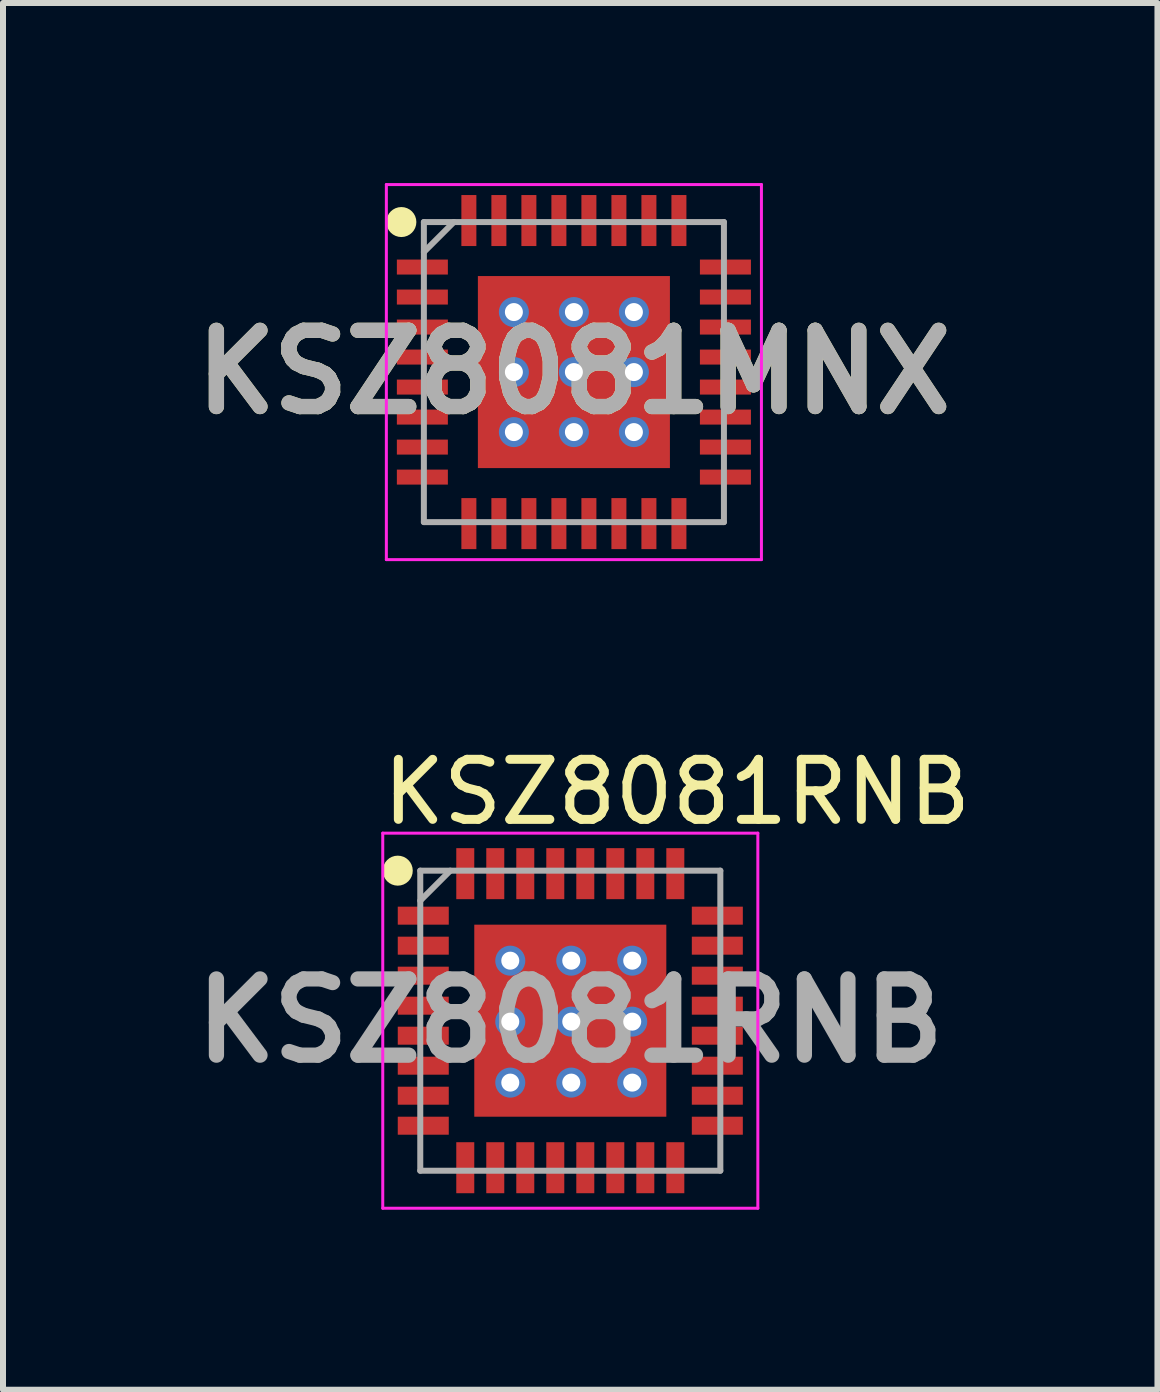
<source format=kicad_pcb>
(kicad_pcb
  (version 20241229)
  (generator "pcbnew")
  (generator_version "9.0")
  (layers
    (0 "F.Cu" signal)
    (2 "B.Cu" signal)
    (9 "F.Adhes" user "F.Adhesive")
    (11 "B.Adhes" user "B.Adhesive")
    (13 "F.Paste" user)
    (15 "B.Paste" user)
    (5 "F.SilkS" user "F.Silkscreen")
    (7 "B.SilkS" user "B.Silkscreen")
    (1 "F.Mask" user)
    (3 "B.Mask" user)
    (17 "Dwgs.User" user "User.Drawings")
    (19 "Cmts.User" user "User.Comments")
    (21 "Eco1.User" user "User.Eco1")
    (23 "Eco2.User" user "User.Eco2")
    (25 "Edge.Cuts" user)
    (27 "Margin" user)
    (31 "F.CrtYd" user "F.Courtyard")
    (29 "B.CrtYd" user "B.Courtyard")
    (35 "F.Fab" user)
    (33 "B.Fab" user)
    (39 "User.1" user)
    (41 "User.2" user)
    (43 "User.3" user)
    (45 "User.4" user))
  (footprint "KSZ8081RNB"
    (layer "F.Cu")
    (at 6.453 13.958)
    (property "Reference" "KSZ8081RNB" (at 1.778 -3.81 0) (layer "F.SilkS") (effects (font (size 1 1) (thickness 0.15))))
    (attr smd)
    (fp_circle (center -2.875 -2.5) (end -2.875 -2.375) (stroke (width 0.25) (type solid)) (fill no) (layer "F.SilkS"))
    (fp_line (start -3.125 -3.125) (end 3.125 -3.125) (stroke (width 0.05) (type solid)) (layer "F.CrtYd"))
    (fp_line (start -3.125 3.125) (end -3.125 -3.125) (stroke (width 0.05) (type solid)) (layer "F.CrtYd"))
    (fp_line (start 3.125 -3.125) (end 3.125 3.125) (stroke (width 0.05) (type solid)) (layer "F.CrtYd"))
    (fp_line (start 3.125 3.125) (end -3.125 3.125) (stroke (width 0.05) (type solid)) (layer "F.CrtYd"))
    (fp_line (start -2.5 -2.5) (end 2.5 -2.5) (stroke (width 0.1) (type solid)) (layer "F.Fab"))
    (fp_line (start -2.5 -2) (end -2 -2.5) (stroke (width 0.1) (type solid)) (layer "F.Fab"))
    (fp_line (start -2.5 2.5) (end -2.5 -2.5) (stroke (width 0.1) (type solid)) (layer "F.Fab"))
    (fp_line (start 2.5 -2.5) (end 2.5 2.5) (stroke (width 0.1) (type solid)) (layer "F.Fab"))
    (fp_line (start 2.5 2.5) (end -2.5 2.5) (stroke (width 0.1) (type solid)) (layer "F.Fab"))
    (fp_text user "${REFERENCE}" (at 0 0 0) (layer "F.Fab") (effects (font (size 1.27 1.27) (thickness 0.254))))
    (pad "1" smd rect (at -2.45 -1.75 90) (size 0.3 0.85) (layers "F.Cu" "F.Mask" "F.Paste"))
    (pad "2" smd rect (at -2.45 -1.25 90) (size 0.3 0.85) (layers "F.Cu" "F.Mask" "F.Paste"))
    (pad "3" smd rect (at -2.45 -0.75 90) (size 0.3 0.85) (layers "F.Cu" "F.Mask" "F.Paste"))
    (pad "4" smd rect (at -2.45 -0.25 90) (size 0.3 0.85) (layers "F.Cu" "F.Mask" "F.Paste"))
    (pad "5" smd rect (at -2.45 0.25 90) (size 0.3 0.85) (layers "F.Cu" "F.Mask" "F.Paste"))
    (pad "6" smd rect (at -2.45 0.75 90) (size 0.3 0.85) (layers "F.Cu" "F.Mask" "F.Paste"))
    (pad "7" smd rect (at -2.45 1.25 90) (size 0.3 0.85) (layers "F.Cu" "F.Mask" "F.Paste"))
    (pad "8" smd rect (at -2.45 1.75 90) (size 0.3 0.85) (layers "F.Cu" "F.Mask" "F.Paste"))
    (pad "9" smd rect (at -1.75 2.45) (size 0.3 0.85) (layers "F.Cu" "F.Mask" "F.Paste"))
    (pad "10" smd rect (at -1.25 2.45) (size 0.3 0.85) (layers "F.Cu" "F.Mask" "F.Paste"))
    (pad "11" smd rect (at -0.75 2.45) (size 0.3 0.85) (layers "F.Cu" "F.Mask" "F.Paste"))
    (pad "12" smd rect (at -0.25 2.45) (size 0.3 0.85) (layers "F.Cu" "F.Mask" "F.Paste"))
    (pad "13" smd rect (at 0.25 2.45) (size 0.3 0.85) (layers "F.Cu" "F.Mask" "F.Paste"))
    (pad "14" smd rect (at 0.75 2.45) (size 0.3 0.85) (layers "F.Cu" "F.Mask" "F.Paste"))
    (pad "15" smd rect (at 1.25 2.45) (size 0.3 0.85) (layers "F.Cu" "F.Mask" "F.Paste"))
    (pad "16" smd rect (at 1.75 2.45) (size 0.3 0.85) (layers "F.Cu" "F.Mask" "F.Paste"))
    (pad "17" smd rect (at 2.45 1.75 90) (size 0.3 0.85) (layers "F.Cu" "F.Mask" "F.Paste"))
    (pad "18" smd rect (at 2.45 1.25 90) (size 0.3 0.85) (layers "F.Cu" "F.Mask" "F.Paste"))
    (pad "19" smd rect (at 2.45 0.75 90) (size 0.3 0.85) (layers "F.Cu" "F.Mask" "F.Paste"))
    (pad "20" smd rect (at 2.45 0.25 90) (size 0.3 0.85) (layers "F.Cu" "F.Mask" "F.Paste"))
    (pad "21" smd rect (at 2.45 -0.25 90) (size 0.3 0.85) (layers "F.Cu" "F.Mask" "F.Paste"))
    (pad "22" smd rect (at 2.45 -0.75 90) (size 0.3 0.85) (layers "F.Cu" "F.Mask" "F.Paste"))
    (pad "23" smd rect (at 2.45 -1.25 90) (size 0.3 0.85) (layers "F.Cu" "F.Mask" "F.Paste"))
    (pad "24" smd rect (at 2.45 -1.75 90) (size 0.3 0.85) (layers "F.Cu" "F.Mask" "F.Paste"))
    (pad "25" smd rect (at 1.75 -2.45) (size 0.3 0.85) (layers "F.Cu" "F.Mask" "F.Paste"))
    (pad "26" smd rect (at 1.25 -2.45) (size 0.3 0.85) (layers "F.Cu" "F.Mask" "F.Paste"))
    (pad "27" smd rect (at 0.75 -2.45) (size 0.3 0.85) (layers "F.Cu" "F.Mask" "F.Paste"))
    (pad "28" smd rect (at 0.25 -2.45) (size 0.3 0.85) (layers "F.Cu" "F.Mask" "F.Paste"))
    (pad "29" smd rect (at -0.25 -2.45) (size 0.3 0.85) (layers "F.Cu" "F.Mask" "F.Paste"))
    (pad "30" smd rect (at -0.75 -2.45) (size 0.3 0.85) (layers "F.Cu" "F.Mask" "F.Paste"))
    (pad "31" smd rect (at -1.25 -2.45) (size 0.3 0.85) (layers "F.Cu" "F.Mask" "F.Paste"))
    (pad "32" smd rect (at -1.75 -2.45) (size 0.3 0.85) (layers "F.Cu" "F.Mask" "F.Paste"))
    (pad "33" thru_hole circle (at -1 -1 90) (size 0.5 0.5) (drill 0.3) (layers "*.Cu" "*.Mask"))
    (pad "33" thru_hole circle (at -1 0.016 90) (size 0.5 0.5) (drill 0.3) (layers "*.Cu" "*.Mask"))
    (pad "33" thru_hole circle (at -1 1.032 90) (size 0.5 0.5) (drill 0.3) (layers "*.Cu" "*.Mask"))
    (pad "33" smd rect (at 0 0) (size 3.2 3.2) (layers "F.Cu" "F.Mask" "F.Paste"))
    (pad "33" thru_hole circle (at 0.016 -1 90) (size 0.5 0.5) (drill 0.3) (layers "*.Cu" "*.Mask"))
    (pad "33" thru_hole circle (at 0.016 0.016 90) (size 0.5 0.5) (drill 0.3) (layers "*.Cu" "*.Mask"))
    (pad "33" thru_hole circle (at 0.016 1.032 90) (size 0.5 0.5) (drill 0.3) (layers "*.Cu" "*.Mask"))
    (pad "33" thru_hole circle (at 1.032 -1 90) (size 0.5 0.5) (drill 0.3) (layers "*.Cu" "*.Mask"))
    (pad "33" thru_hole circle (at 1.032 0.016 90) (size 0.5 0.5) (drill 0.3) (layers "*.Cu" "*.Mask"))
    (pad "33" thru_hole circle (at 1.032 1.032 90) (size 0.5 0.5) (drill 0.3) (layers "*.Cu" "*.Mask")))
  (footprint "KSZ8081MNX"
    (layer "F.Cu")
    (at 6.513 3.15)
    (property "Reference" "KSZ8081MNX" (at 0 0 0) (layer "F.SilkS") (effects (font (size 1.27 1.27) (thickness 0.254))))
    (attr smd)
    (fp_circle (center -2.875 -2.5) (end -2.875 -2.375) (stroke (width 0.25) (type solid)) (fill no) (layer "F.SilkS"))
    (fp_poly (pts (xy -0.625 -0.625) (xy -1.475 -0.625) (xy -1.475 -1.475) (xy -0.625 -1.475)) (stroke (width 0.1) (type solid)) (fill yes) (layer "F.Paste"))
    (fp_poly (pts (xy -0.625 0.425) (xy -1.475 0.425) (xy -1.475 -0.425) (xy -0.625 -0.425)) (stroke (width 0.1) (type solid)) (fill yes) (layer "F.Paste"))
    (fp_poly (pts (xy -0.625 1.475) (xy -1.475 1.475) (xy -1.475 0.625) (xy -0.625 0.625)) (stroke (width 0.1) (type solid)) (fill yes) (layer "F.Paste"))
    (fp_poly (pts (xy 0.425 -0.625) (xy -0.425 -0.625) (xy -0.425 -1.475) (xy 0.425 -1.475)) (stroke (width 0.1) (type solid)) (fill yes) (layer "F.Paste"))
    (fp_poly (pts (xy 0.425 0.425) (xy -0.425 0.425) (xy -0.425 -0.425) (xy 0.425 -0.425)) (stroke (width 0.1) (type solid)) (fill yes) (layer "F.Paste"))
    (fp_poly (pts (xy 0.425 1.475) (xy -0.425 1.475) (xy -0.425 0.625) (xy 0.425 0.625)) (stroke (width 0.1) (type solid)) (fill yes) (layer "F.Paste"))
    (fp_poly (pts (xy 1.475 -0.625) (xy 0.625 -0.625) (xy 0.625 -1.475) (xy 1.475 -1.475)) (stroke (width 0.1) (type solid)) (fill yes) (layer "F.Paste"))
    (fp_poly (pts (xy 1.475 0.425) (xy 0.625 0.425) (xy 0.625 -0.425) (xy 1.475 -0.425)) (stroke (width 0.1) (type solid)) (fill yes) (layer "F.Paste"))
    (fp_poly (pts (xy 1.475 1.475) (xy 0.625 1.475) (xy 0.625 0.625) (xy 1.475 0.625)) (stroke (width 0.1) (type solid)) (fill yes) (layer "F.Paste"))
    (fp_line (start -3.125 -3.125) (end 3.125 -3.125) (stroke (width 0.05) (type solid)) (layer "F.CrtYd"))
    (fp_line (start -3.125 3.125) (end -3.125 -3.125) (stroke (width 0.05) (type solid)) (layer "F.CrtYd"))
    (fp_line (start 3.125 -3.125) (end 3.125 3.125) (stroke (width 0.05) (type solid)) (layer "F.CrtYd"))
    (fp_line (start 3.125 3.125) (end -3.125 3.125) (stroke (width 0.05) (type solid)) (layer "F.CrtYd"))
    (fp_line (start -2.5 -2.5) (end 2.5 -2.5) (stroke (width 0.1) (type solid)) (layer "F.Fab"))
    (fp_line (start -2.5 -2) (end -2 -2.5) (stroke (width 0.1) (type solid)) (layer "F.Fab"))
    (fp_line (start -2.5 2.5) (end -2.5 -2.5) (stroke (width 0.1) (type solid)) (layer "F.Fab"))
    (fp_line (start 2.5 -2.5) (end 2.5 2.5) (stroke (width 0.1) (type solid)) (layer "F.Fab"))
    (fp_line (start 2.5 2.5) (end -2.5 2.5) (stroke (width 0.1) (type solid)) (layer "F.Fab"))
    (fp_text user "${REFERENCE}" (at 0 0 0) (layer "F.Fab") (effects (font (size 1.27 1.27) (thickness 0.254))))
    (pad "1" smd rect (at -2.525 -1.75 90) (size 0.25 0.85) (layers "F.Cu" "F.Mask" "F.Paste"))
    (pad "2" smd rect (at -2.525 -1.25 90) (size 0.25 0.85) (layers "F.Cu" "F.Mask" "F.Paste"))
    (pad "3" smd rect (at -2.525 -0.75 90) (size 0.25 0.85) (layers "F.Cu" "F.Mask" "F.Paste"))
    (pad "4" smd rect (at -2.525 -0.25 90) (size 0.25 0.85) (layers "F.Cu" "F.Mask" "F.Paste"))
    (pad "5" smd rect (at -2.525 0.25 90) (size 0.25 0.85) (layers "F.Cu" "F.Mask" "F.Paste"))
    (pad "6" smd rect (at -2.525 0.75 90) (size 0.25 0.85) (layers "F.Cu" "F.Mask" "F.Paste"))
    (pad "7" smd rect (at -2.525 1.25 90) (size 0.25 0.85) (layers "F.Cu" "F.Mask" "F.Paste"))
    (pad "8" smd rect (at -2.525 1.75 90) (size 0.25 0.85) (layers "F.Cu" "F.Mask" "F.Paste"))
    (pad "9" smd rect (at -1.75 2.525) (size 0.25 0.85) (layers "F.Cu" "F.Mask" "F.Paste"))
    (pad "10" smd rect (at -1.25 2.525) (size 0.25 0.85) (layers "F.Cu" "F.Mask" "F.Paste"))
    (pad "11" smd rect (at -0.75 2.525) (size 0.25 0.85) (layers "F.Cu" "F.Mask" "F.Paste"))
    (pad "12" smd rect (at -0.25 2.525) (size 0.25 0.85) (layers "F.Cu" "F.Mask" "F.Paste"))
    (pad "13" smd rect (at 0.25 2.525) (size 0.25 0.85) (layers "F.Cu" "F.Mask" "F.Paste"))
    (pad "14" smd rect (at 0.75 2.525) (size 0.25 0.85) (layers "F.Cu" "F.Mask" "F.Paste"))
    (pad "15" smd rect (at 1.25 2.525) (size 0.25 0.85) (layers "F.Cu" "F.Mask" "F.Paste"))
    (pad "16" smd rect (at 1.75 2.525) (size 0.25 0.85) (layers "F.Cu" "F.Mask" "F.Paste"))
    (pad "17" smd rect (at 2.525 1.75 90) (size 0.25 0.85) (layers "F.Cu" "F.Mask" "F.Paste"))
    (pad "18" smd rect (at 2.525 1.25 90) (size 0.25 0.85) (layers "F.Cu" "F.Mask" "F.Paste"))
    (pad "19" smd rect (at 2.525 0.75 90) (size 0.25 0.85) (layers "F.Cu" "F.Mask" "F.Paste"))
    (pad "20" smd rect (at 2.525 0.25 90) (size 0.25 0.85) (layers "F.Cu" "F.Mask" "F.Paste"))
    (pad "21" smd rect (at 2.525 -0.25 90) (size 0.25 0.85) (layers "F.Cu" "F.Mask" "F.Paste"))
    (pad "22" smd rect (at 2.525 -0.75 90) (size 0.25 0.85) (layers "F.Cu" "F.Mask" "F.Paste"))
    (pad "23" smd rect (at 2.525 -1.25 90) (size 0.25 0.85) (layers "F.Cu" "F.Mask" "F.Paste"))
    (pad "24" smd rect (at 2.525 -1.75 90) (size 0.25 0.85) (layers "F.Cu" "F.Mask" "F.Paste"))
    (pad "25" smd rect (at 1.75 -2.525) (size 0.25 0.85) (layers "F.Cu" "F.Mask" "F.Paste"))
    (pad "26" smd rect (at 1.25 -2.525) (size 0.25 0.85) (layers "F.Cu" "F.Mask" "F.Paste"))
    (pad "27" smd rect (at 0.75 -2.525) (size 0.25 0.85) (layers "F.Cu" "F.Mask" "F.Paste"))
    (pad "28" smd rect (at 0.25 -2.525) (size 0.25 0.85) (layers "F.Cu" "F.Mask" "F.Paste"))
    (pad "29" smd rect (at -0.25 -2.525) (size 0.25 0.85) (layers "F.Cu" "F.Mask" "F.Paste"))
    (pad "30" smd rect (at -0.75 -2.525) (size 0.25 0.85) (layers "F.Cu" "F.Mask" "F.Paste"))
    (pad "31" smd rect (at -1.25 -2.525) (size 0.25 0.85) (layers "F.Cu" "F.Mask" "F.Paste"))
    (pad "32" smd rect (at -1.75 -2.525) (size 0.25 0.85) (layers "F.Cu" "F.Mask" "F.Paste"))
    (pad "33" thru_hole circle (at -1 -1 90) (size 0.5 0.5) (drill 0.3) (layers "*.Cu" "*.Mask"))
    (pad "33" thru_hole circle (at -1 0 90) (size 0.5 0.5) (drill 0.3) (layers "*.Cu" "*.Mask"))
    (pad "33" thru_hole circle (at -1 1 90) (size 0.5 0.5) (drill 0.3) (layers "*.Cu" "*.Mask"))
    (pad "33" thru_hole circle (at 0 -1 90) (size 0.5 0.5) (drill 0.3) (layers "*.Cu" "*.Mask"))
    (pad "33" thru_hole circle (at 0 0 90) (size 0.5 0.5) (drill 0.3) (layers "*.Cu" "*.Mask"))
    (pad "33" smd rect (at 0 0) (size 3.2 3.2) (layers "F.Cu" "F.Mask"))
    (pad "33" thru_hole circle (at 0 1 90) (size 0.5 0.5) (drill 0.3) (layers "*.Cu" "*.Mask"))
    (pad "33" thru_hole circle (at 1 -1 90) (size 0.5 0.5) (drill 0.3) (layers "*.Cu" "*.Mask"))
    (pad "33" thru_hole circle (at 1 0 90) (size 0.5 0.5) (drill 0.3) (layers "*.Cu" "*.Mask"))
    (pad "33" thru_hole circle (at 1 1 90) (size 0.5 0.5) (drill 0.3) (layers "*.Cu" "*.Mask")))
  (gr_rect
    (start -3 -3)
    (end 16.237 20.108)
    (stroke (width 0.1) (type default))
    (fill no)
    (layer "Edge.Cuts")))
</source>
